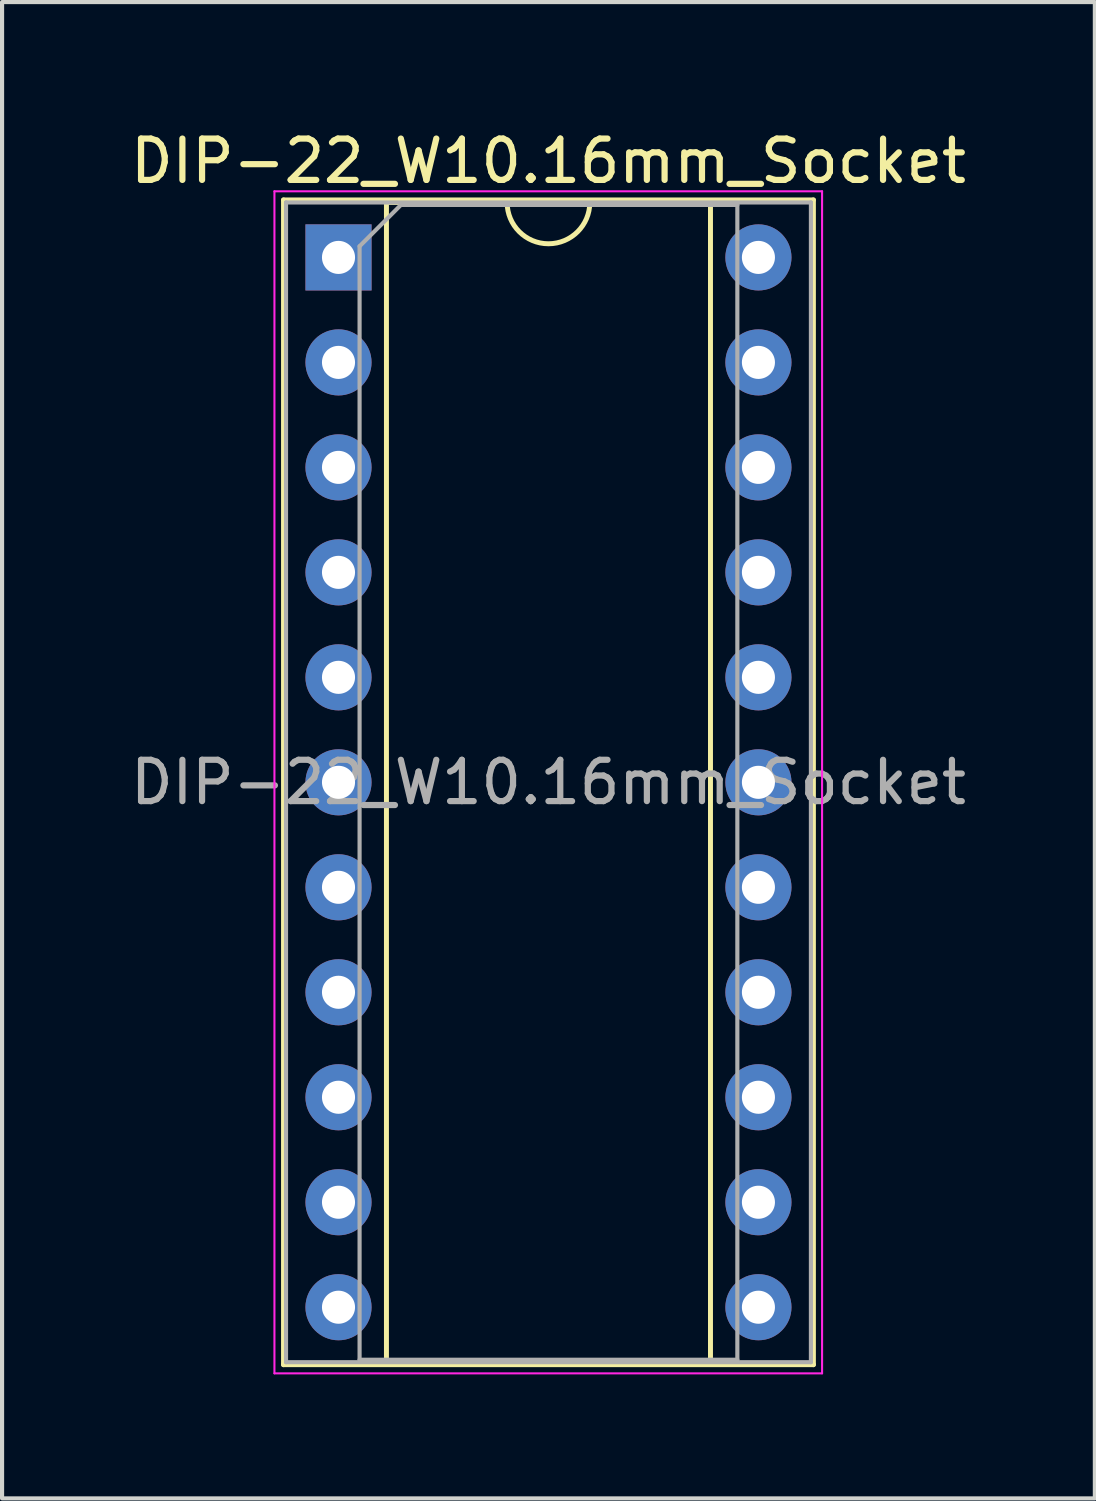
<source format=kicad_pcb>
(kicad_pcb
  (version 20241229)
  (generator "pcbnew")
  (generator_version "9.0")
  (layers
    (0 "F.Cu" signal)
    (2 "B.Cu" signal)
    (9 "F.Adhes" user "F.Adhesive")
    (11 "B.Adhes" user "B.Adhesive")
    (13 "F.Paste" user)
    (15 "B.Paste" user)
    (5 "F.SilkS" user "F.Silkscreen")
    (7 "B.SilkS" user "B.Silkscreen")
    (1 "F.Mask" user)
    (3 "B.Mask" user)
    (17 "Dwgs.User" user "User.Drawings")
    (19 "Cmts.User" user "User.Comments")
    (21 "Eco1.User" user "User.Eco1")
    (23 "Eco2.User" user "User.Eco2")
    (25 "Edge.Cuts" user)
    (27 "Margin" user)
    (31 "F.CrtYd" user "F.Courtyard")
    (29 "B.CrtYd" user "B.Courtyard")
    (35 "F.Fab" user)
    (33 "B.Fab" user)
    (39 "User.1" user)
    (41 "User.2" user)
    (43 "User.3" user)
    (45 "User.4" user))
  (footprint "DIP-22_W10.16mm_Socket"
    (layer "F.Cu")
    (at 5.14 3.178)
    (property "Reference" "DIP-22_W10.16mm_Socket" (at 5.08 -2.33 0) (layer "F.SilkS") (effects (font (size 1 1) (thickness 0.15))))
    (attr through_hole)
    (fp_line (start -1.33 -1.39) (end -1.33 26.79) (stroke (width 0.12) (type solid)) (layer "F.SilkS"))
    (fp_line (start -1.33 26.79) (end 11.49 26.79) (stroke (width 0.12) (type solid)) (layer "F.SilkS"))
    (fp_line (start 1.16 -1.33) (end 1.16 26.73) (stroke (width 0.12) (type solid)) (layer "F.SilkS"))
    (fp_line (start 1.16 26.73) (end 9 26.73) (stroke (width 0.12) (type solid)) (layer "F.SilkS"))
    (fp_line (start 4.08 -1.33) (end 1.16 -1.33) (stroke (width 0.12) (type solid)) (layer "F.SilkS"))
    (fp_line (start 9 -1.33) (end 6.08 -1.33) (stroke (width 0.12) (type solid)) (layer "F.SilkS"))
    (fp_line (start 9 26.73) (end 9 -1.33) (stroke (width 0.12) (type solid)) (layer "F.SilkS"))
    (fp_line (start 11.49 -1.39) (end -1.33 -1.39) (stroke (width 0.12) (type solid)) (layer "F.SilkS"))
    (fp_line (start 11.49 26.79) (end 11.49 -1.39) (stroke (width 0.12) (type solid)) (layer "F.SilkS"))
    (fp_arc (start 6.08 -1.33) (mid 5.08 -0.33) (end 4.08 -1.33) (stroke (width 0.12) (type solid)) (layer "F.SilkS"))
    (fp_line (start -1.55 -1.6) (end -1.55 27) (stroke (width 0.05) (type solid)) (layer "F.CrtYd"))
    (fp_line (start -1.55 27) (end 11.7 27) (stroke (width 0.05) (type solid)) (layer "F.CrtYd"))
    (fp_line (start 11.7 -1.6) (end -1.55 -1.6) (stroke (width 0.05) (type solid)) (layer "F.CrtYd"))
    (fp_line (start 11.7 27) (end 11.7 -1.6) (stroke (width 0.05) (type solid)) (layer "F.CrtYd"))
    (fp_line (start -1.27 -1.33) (end -1.27 26.73) (stroke (width 0.1) (type solid)) (layer "F.Fab"))
    (fp_line (start -1.27 26.73) (end 11.43 26.73) (stroke (width 0.1) (type solid)) (layer "F.Fab"))
    (fp_line (start 0.51 -0.27) (end 1.51 -1.27) (stroke (width 0.1) (type solid)) (layer "F.Fab"))
    (fp_line (start 0.51 26.67) (end 0.51 -0.27) (stroke (width 0.1) (type solid)) (layer "F.Fab"))
    (fp_line (start 1.51 -1.27) (end 9.65 -1.27) (stroke (width 0.1) (type solid)) (layer "F.Fab"))
    (fp_line (start 9.65 -1.27) (end 9.65 26.67) (stroke (width 0.1) (type solid)) (layer "F.Fab"))
    (fp_line (start 9.65 26.67) (end 0.51 26.67) (stroke (width 0.1) (type solid)) (layer "F.Fab"))
    (fp_line (start 11.43 -1.33) (end -1.27 -1.33) (stroke (width 0.1) (type solid)) (layer "F.Fab"))
    (fp_line (start 11.43 26.73) (end 11.43 -1.33) (stroke (width 0.1) (type solid)) (layer "F.Fab"))
    (fp_text user "${REFERENCE}" (at 5.08 12.7 0) (layer "F.Fab") (effects (font (size 1 1) (thickness 0.15))))
    (pad "1" thru_hole rect (at 0 0) (size 1.6 1.6) (drill 0.8) (layers "*.Cu" "*.Mask"))
    (pad "2" thru_hole oval (at 0 2.54) (size 1.6 1.6) (drill 0.8) (layers "*.Cu" "*.Mask"))
    (pad "3" thru_hole oval (at 0 5.08) (size 1.6 1.6) (drill 0.8) (layers "*.Cu" "*.Mask"))
    (pad "4" thru_hole oval (at 0 7.62) (size 1.6 1.6) (drill 0.8) (layers "*.Cu" "*.Mask"))
    (pad "5" thru_hole oval (at 0 10.16) (size 1.6 1.6) (drill 0.8) (layers "*.Cu" "*.Mask"))
    (pad "6" thru_hole oval (at 0 12.7) (size 1.6 1.6) (drill 0.8) (layers "*.Cu" "*.Mask"))
    (pad "7" thru_hole oval (at 0 15.24) (size 1.6 1.6) (drill 0.8) (layers "*.Cu" "*.Mask"))
    (pad "8" thru_hole oval (at 0 17.78) (size 1.6 1.6) (drill 0.8) (layers "*.Cu" "*.Mask"))
    (pad "9" thru_hole oval (at 0 20.32) (size 1.6 1.6) (drill 0.8) (layers "*.Cu" "*.Mask"))
    (pad "10" thru_hole oval (at 0 22.86) (size 1.6 1.6) (drill 0.8) (layers "*.Cu" "*.Mask"))
    (pad "11" thru_hole oval (at 0 25.4) (size 1.6 1.6) (drill 0.8) (layers "*.Cu" "*.Mask"))
    (pad "12" thru_hole oval (at 10.16 25.4) (size 1.6 1.6) (drill 0.8) (layers "*.Cu" "*.Mask"))
    (pad "13" thru_hole oval (at 10.16 22.86) (size 1.6 1.6) (drill 0.8) (layers "*.Cu" "*.Mask"))
    (pad "14" thru_hole oval (at 10.16 20.32) (size 1.6 1.6) (drill 0.8) (layers "*.Cu" "*.Mask"))
    (pad "15" thru_hole oval (at 10.16 17.78) (size 1.6 1.6) (drill 0.8) (layers "*.Cu" "*.Mask"))
    (pad "16" thru_hole oval (at 10.16 15.24) (size 1.6 1.6) (drill 0.8) (layers "*.Cu" "*.Mask"))
    (pad "17" thru_hole oval (at 10.16 12.7) (size 1.6 1.6) (drill 0.8) (layers "*.Cu" "*.Mask"))
    (pad "18" thru_hole oval (at 10.16 10.16) (size 1.6 1.6) (drill 0.8) (layers "*.Cu" "*.Mask"))
    (pad "19" thru_hole oval (at 10.16 7.62) (size 1.6 1.6) (drill 0.8) (layers "*.Cu" "*.Mask"))
    (pad "20" thru_hole oval (at 10.16 5.08) (size 1.6 1.6) (drill 0.8) (layers "*.Cu" "*.Mask"))
    (pad "21" thru_hole oval (at 10.16 2.54) (size 1.6 1.6) (drill 0.8) (layers "*.Cu" "*.Mask"))
    (pad "22" thru_hole oval (at 10.16 0) (size 1.6 1.6) (drill 0.8) (layers "*.Cu" "*.Mask")))
  (gr_rect
    (start -3 -3)
    (end 23.44 33.203)
    (stroke (width 0.1) (type default))
    (fill no)
    (layer "Edge.Cuts")))
</source>
